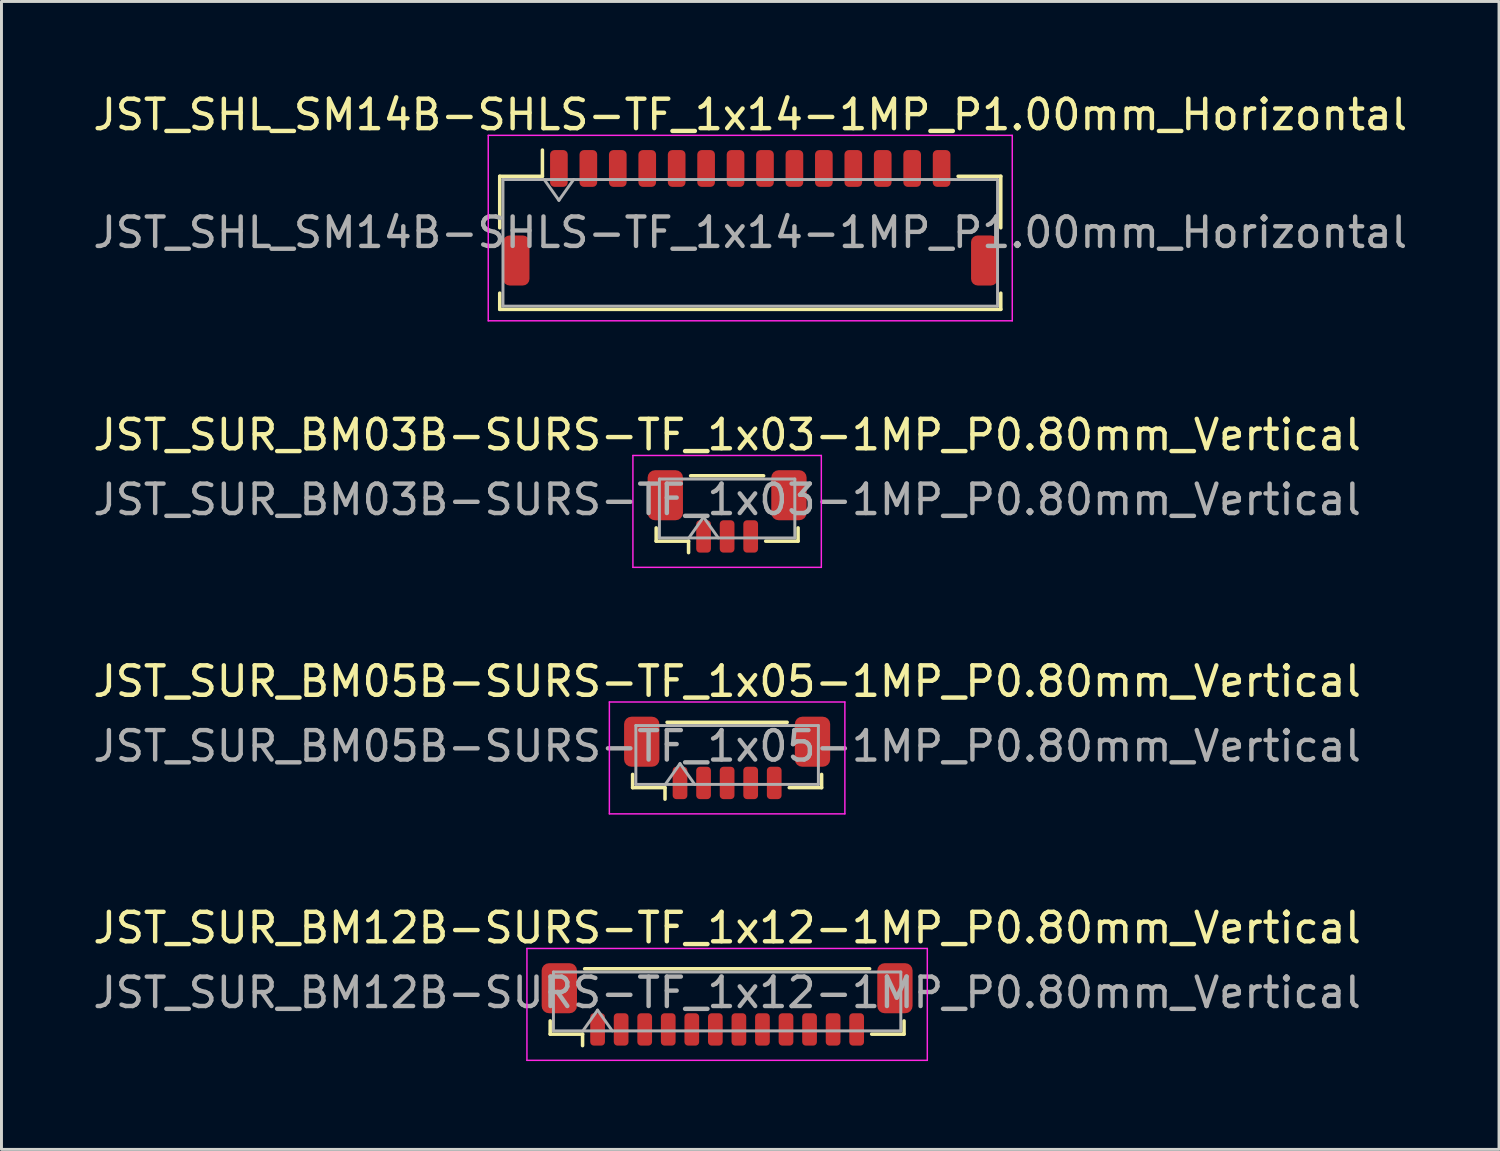
<source format=kicad_pcb>
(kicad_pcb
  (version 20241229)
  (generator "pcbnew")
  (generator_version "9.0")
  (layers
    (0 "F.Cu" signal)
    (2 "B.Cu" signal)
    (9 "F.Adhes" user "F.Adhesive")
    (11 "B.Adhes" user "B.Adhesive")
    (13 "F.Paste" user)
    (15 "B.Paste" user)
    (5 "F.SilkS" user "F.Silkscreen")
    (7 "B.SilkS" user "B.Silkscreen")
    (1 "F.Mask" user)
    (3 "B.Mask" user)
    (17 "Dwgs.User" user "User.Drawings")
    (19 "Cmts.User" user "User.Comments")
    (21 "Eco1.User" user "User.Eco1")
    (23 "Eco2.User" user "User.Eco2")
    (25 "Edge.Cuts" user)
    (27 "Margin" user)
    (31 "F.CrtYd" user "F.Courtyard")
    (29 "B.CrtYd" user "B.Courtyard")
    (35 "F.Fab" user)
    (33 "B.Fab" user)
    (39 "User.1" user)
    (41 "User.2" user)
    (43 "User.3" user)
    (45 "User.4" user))
  (footprint "JST_SUR_BM03B-SURS-TF_1x03-1MP_P0.80mm_Vertical"
    (layer "F.Cu")
    (at 21.649 14.322)
    (property "Reference" "JST_SUR_BM03B-SURS-TF_1x03-1MP_P0.80mm_Vertical" (at 0 -2.6 0) (layer "F.SilkS") (effects (font (size 1 1) (thickness 0.15))))
    (attr smd)
    (fp_line (start -2.41 0.56) (end -2.41 1.01) (stroke (width 0.12) (type solid)) (layer "F.SilkS"))
    (fp_line (start -2.41 1.01) (end -1.31 1.01) (stroke (width 0.12) (type solid)) (layer "F.SilkS"))
    (fp_line (start -1.31 1.01) (end -1.31 1.4) (stroke (width 0.12) (type solid)) (layer "F.SilkS"))
    (fp_line (start -1.24 -1.21) (end 1.24 -1.21) (stroke (width 0.12) (type solid)) (layer "F.SilkS"))
    (fp_line (start 2.41 0.56) (end 2.41 1.01) (stroke (width 0.12) (type solid)) (layer "F.SilkS"))
    (fp_line (start 2.41 1.01) (end 1.31 1.01) (stroke (width 0.12) (type solid)) (layer "F.SilkS"))
    (fp_line (start -3.2 -1.9) (end -3.2 1.9) (stroke (width 0.05) (type solid)) (layer "F.CrtYd"))
    (fp_line (start -3.2 1.9) (end 3.2 1.9) (stroke (width 0.05) (type solid)) (layer "F.CrtYd"))
    (fp_line (start 3.2 -1.9) (end -3.2 -1.9) (stroke (width 0.05) (type solid)) (layer "F.CrtYd"))
    (fp_line (start 3.2 1.9) (end 3.2 -1.9) (stroke (width 0.05) (type solid)) (layer "F.CrtYd"))
    (fp_line (start -2.3 -1.1) (end 2.3 -1.1) (stroke (width 0.1) (type solid)) (layer "F.Fab"))
    (fp_line (start -2.3 0.9) (end -2.3 -1.1) (stroke (width 0.1) (type solid)) (layer "F.Fab"))
    (fp_line (start -2.3 0.9) (end 2.3 0.9) (stroke (width 0.1) (type solid)) (layer "F.Fab"))
    (fp_line (start -1.3 0.9) (end -0.8 0.193) (stroke (width 0.1) (type solid)) (layer "F.Fab"))
    (fp_line (start -0.8 0.193) (end -0.3 0.9) (stroke (width 0.1) (type solid)) (layer "F.Fab"))
    (fp_line (start 2.3 0.9) (end 2.3 -1.1) (stroke (width 0.1) (type solid)) (layer "F.Fab"))
    (fp_text user "${REFERENCE}" (at 0 -0.4 0) (layer "F.Fab") (effects (font (size 1 1) (thickness 0.15))))
    (pad "1" smd roundrect (at -0.8 0.85) (size 0.5 1.1) (layers "F.Cu" "F.Mask" "F.Paste") (roundrect_rratio 0.25))
    (pad "2" smd roundrect (at 0 0.85) (size 0.5 1.1) (layers "F.Cu" "F.Mask" "F.Paste") (roundrect_rratio 0.25))
    (pad "3" smd roundrect (at 0.8 0.85) (size 0.5 1.1) (layers "F.Cu" "F.Mask" "F.Paste") (roundrect_rratio 0.25))
    (pad "MP" smd roundrect (at -2.1 -0.55) (size 1.2 1.7) (layers "F.Cu" "F.Mask" "F.Paste") (roundrect_rratio 0.208))
    (pad "MP" smd roundrect (at 2.1 -0.55) (size 1.2 1.7) (layers "F.Cu" "F.Mask" "F.Paste") (roundrect_rratio 0.208)))
  (footprint "JST_SUR_BM12B-SURS-TF_1x12-1MP_P0.80mm_Vertical"
    (layer "F.Cu")
    (at 21.649 31.068)
    (property "Reference" "JST_SUR_BM12B-SURS-TF_1x12-1MP_P0.80mm_Vertical" (at 0 -2.6 0) (layer "F.SilkS") (effects (font (size 1 1) (thickness 0.15))))
    (attr smd)
    (fp_line (start -6.01 0.56) (end -6.01 1.01) (stroke (width 0.12) (type solid)) (layer "F.SilkS"))
    (fp_line (start -6.01 1.01) (end -4.91 1.01) (stroke (width 0.12) (type solid)) (layer "F.SilkS"))
    (fp_line (start -4.91 1.01) (end -4.91 1.4) (stroke (width 0.12) (type solid)) (layer "F.SilkS"))
    (fp_line (start -4.84 -1.21) (end 4.84 -1.21) (stroke (width 0.12) (type solid)) (layer "F.SilkS"))
    (fp_line (start 6.01 0.56) (end 6.01 1.01) (stroke (width 0.12) (type solid)) (layer "F.SilkS"))
    (fp_line (start 6.01 1.01) (end 4.91 1.01) (stroke (width 0.12) (type solid)) (layer "F.SilkS"))
    (fp_line (start -6.8 -1.9) (end -6.8 1.9) (stroke (width 0.05) (type solid)) (layer "F.CrtYd"))
    (fp_line (start -6.8 1.9) (end 6.8 1.9) (stroke (width 0.05) (type solid)) (layer "F.CrtYd"))
    (fp_line (start 6.8 -1.9) (end -6.8 -1.9) (stroke (width 0.05) (type solid)) (layer "F.CrtYd"))
    (fp_line (start 6.8 1.9) (end 6.8 -1.9) (stroke (width 0.05) (type solid)) (layer "F.CrtYd"))
    (fp_line (start -5.9 -1.1) (end 5.9 -1.1) (stroke (width 0.1) (type solid)) (layer "F.Fab"))
    (fp_line (start -5.9 0.9) (end -5.9 -1.1) (stroke (width 0.1) (type solid)) (layer "F.Fab"))
    (fp_line (start -5.9 0.9) (end 5.9 0.9) (stroke (width 0.1) (type solid)) (layer "F.Fab"))
    (fp_line (start -4.9 0.9) (end -4.4 0.193) (stroke (width 0.1) (type solid)) (layer "F.Fab"))
    (fp_line (start -4.4 0.193) (end -3.9 0.9) (stroke (width 0.1) (type solid)) (layer "F.Fab"))
    (fp_line (start 5.9 0.9) (end 5.9 -1.1) (stroke (width 0.1) (type solid)) (layer "F.Fab"))
    (fp_text user "${REFERENCE}" (at 0 -0.4 0) (layer "F.Fab") (effects (font (size 1 1) (thickness 0.15))))
    (pad "1" smd roundrect (at -4.4 0.85) (size 0.5 1.1) (layers "F.Cu" "F.Mask" "F.Paste") (roundrect_rratio 0.25))
    (pad "2" smd roundrect (at -3.6 0.85) (size 0.5 1.1) (layers "F.Cu" "F.Mask" "F.Paste") (roundrect_rratio 0.25))
    (pad "3" smd roundrect (at -2.8 0.85) (size 0.5 1.1) (layers "F.Cu" "F.Mask" "F.Paste") (roundrect_rratio 0.25))
    (pad "4" smd roundrect (at -2 0.85) (size 0.5 1.1) (layers "F.Cu" "F.Mask" "F.Paste") (roundrect_rratio 0.25))
    (pad "5" smd roundrect (at -1.2 0.85) (size 0.5 1.1) (layers "F.Cu" "F.Mask" "F.Paste") (roundrect_rratio 0.25))
    (pad "6" smd roundrect (at -0.4 0.85) (size 0.5 1.1) (layers "F.Cu" "F.Mask" "F.Paste") (roundrect_rratio 0.25))
    (pad "7" smd roundrect (at 0.4 0.85) (size 0.5 1.1) (layers "F.Cu" "F.Mask" "F.Paste") (roundrect_rratio 0.25))
    (pad "8" smd roundrect (at 1.2 0.85) (size 0.5 1.1) (layers "F.Cu" "F.Mask" "F.Paste") (roundrect_rratio 0.25))
    (pad "9" smd roundrect (at 2 0.85) (size 0.5 1.1) (layers "F.Cu" "F.Mask" "F.Paste") (roundrect_rratio 0.25))
    (pad "10" smd roundrect (at 2.8 0.85) (size 0.5 1.1) (layers "F.Cu" "F.Mask" "F.Paste") (roundrect_rratio 0.25))
    (pad "11" smd roundrect (at 3.6 0.85) (size 0.5 1.1) (layers "F.Cu" "F.Mask" "F.Paste") (roundrect_rratio 0.25))
    (pad "12" smd roundrect (at 4.4 0.85) (size 0.5 1.1) (layers "F.Cu" "F.Mask" "F.Paste") (roundrect_rratio 0.25))
    (pad "MP" smd roundrect (at -5.7 -0.55) (size 1.2 1.7) (layers "F.Cu" "F.Mask" "F.Paste") (roundrect_rratio 0.208))
    (pad "MP" smd roundrect (at 5.7 -0.55) (size 1.2 1.7) (layers "F.Cu" "F.Mask" "F.Paste") (roundrect_rratio 0.208)))
  (footprint "JST_SUR_BM05B-SURS-TF_1x05-1MP_P0.80mm_Vertical"
    (layer "F.Cu")
    (at 21.649 22.695)
    (property "Reference" "JST_SUR_BM05B-SURS-TF_1x05-1MP_P0.80mm_Vertical" (at 0 -2.6 0) (layer "F.SilkS") (effects (font (size 1 1) (thickness 0.15))))
    (attr smd)
    (fp_line (start -3.21 0.56) (end -3.21 1.01) (stroke (width 0.12) (type solid)) (layer "F.SilkS"))
    (fp_line (start -3.21 1.01) (end -2.11 1.01) (stroke (width 0.12) (type solid)) (layer "F.SilkS"))
    (fp_line (start -2.11 1.01) (end -2.11 1.4) (stroke (width 0.12) (type solid)) (layer "F.SilkS"))
    (fp_line (start -2.04 -1.21) (end 2.04 -1.21) (stroke (width 0.12) (type solid)) (layer "F.SilkS"))
    (fp_line (start 3.21 0.56) (end 3.21 1.01) (stroke (width 0.12) (type solid)) (layer "F.SilkS"))
    (fp_line (start 3.21 1.01) (end 2.11 1.01) (stroke (width 0.12) (type solid)) (layer "F.SilkS"))
    (fp_line (start -4 -1.9) (end -4 1.9) (stroke (width 0.05) (type solid)) (layer "F.CrtYd"))
    (fp_line (start -4 1.9) (end 4 1.9) (stroke (width 0.05) (type solid)) (layer "F.CrtYd"))
    (fp_line (start 4 -1.9) (end -4 -1.9) (stroke (width 0.05) (type solid)) (layer "F.CrtYd"))
    (fp_line (start 4 1.9) (end 4 -1.9) (stroke (width 0.05) (type solid)) (layer "F.CrtYd"))
    (fp_line (start -3.1 -1.1) (end 3.1 -1.1) (stroke (width 0.1) (type solid)) (layer "F.Fab"))
    (fp_line (start -3.1 0.9) (end -3.1 -1.1) (stroke (width 0.1) (type solid)) (layer "F.Fab"))
    (fp_line (start -3.1 0.9) (end 3.1 0.9) (stroke (width 0.1) (type solid)) (layer "F.Fab"))
    (fp_line (start -2.1 0.9) (end -1.6 0.193) (stroke (width 0.1) (type solid)) (layer "F.Fab"))
    (fp_line (start -1.6 0.193) (end -1.1 0.9) (stroke (width 0.1) (type solid)) (layer "F.Fab"))
    (fp_line (start 3.1 0.9) (end 3.1 -1.1) (stroke (width 0.1) (type solid)) (layer "F.Fab"))
    (fp_text user "${REFERENCE}" (at 0 -0.4 0) (layer "F.Fab") (effects (font (size 1 1) (thickness 0.15))))
    (pad "1" smd roundrect (at -1.6 0.85) (size 0.5 1.1) (layers "F.Cu" "F.Mask" "F.Paste") (roundrect_rratio 0.25))
    (pad "2" smd roundrect (at -0.8 0.85) (size 0.5 1.1) (layers "F.Cu" "F.Mask" "F.Paste") (roundrect_rratio 0.25))
    (pad "3" smd roundrect (at 0 0.85) (size 0.5 1.1) (layers "F.Cu" "F.Mask" "F.Paste") (roundrect_rratio 0.25))
    (pad "4" smd roundrect (at 0.8 0.85) (size 0.5 1.1) (layers "F.Cu" "F.Mask" "F.Paste") (roundrect_rratio 0.25))
    (pad "5" smd roundrect (at 1.6 0.85) (size 0.5 1.1) (layers "F.Cu" "F.Mask" "F.Paste") (roundrect_rratio 0.25))
    (pad "MP" smd roundrect (at -2.9 -0.55) (size 1.2 1.7) (layers "F.Cu" "F.Mask" "F.Paste") (roundrect_rratio 0.208))
    (pad "MP" smd roundrect (at 2.9 -0.55) (size 1.2 1.7) (layers "F.Cu" "F.Mask" "F.Paste") (roundrect_rratio 0.208)))
  (footprint "JST_SHL_SM14B-SHLS-TF_1x14-1MP_P1.00mm_Horizontal"
    (layer "F.Cu")
    (at 22.435 4.348)
    (property "Reference" "JST_SHL_SM14B-SHLS-TF_1x14-1MP_P1.00mm_Horizontal" (at 0 -3.5 0) (layer "F.SilkS") (effects (font (size 1 1) (thickness 0.15))))
    (attr smd)
    (fp_line (start -8.51 -1.41) (end -7.06 -1.41) (stroke (width 0.12) (type solid)) (layer "F.SilkS"))
    (fp_line (start -8.51 0.34) (end -8.51 -1.41) (stroke (width 0.12) (type solid)) (layer "F.SilkS"))
    (fp_line (start -8.51 2.56) (end -8.51 3.11) (stroke (width 0.12) (type solid)) (layer "F.SilkS"))
    (fp_line (start -8.51 3.11) (end 8.51 3.11) (stroke (width 0.12) (type solid)) (layer "F.SilkS"))
    (fp_line (start -7.06 -1.41) (end -7.06 -2.3) (stroke (width 0.12) (type solid)) (layer "F.SilkS"))
    (fp_line (start 8.51 -1.41) (end 7.06 -1.41) (stroke (width 0.12) (type solid)) (layer "F.SilkS"))
    (fp_line (start 8.51 0.34) (end 8.51 -1.41) (stroke (width 0.12) (type solid)) (layer "F.SilkS"))
    (fp_line (start 8.51 3.11) (end 8.51 2.56) (stroke (width 0.12) (type solid)) (layer "F.SilkS"))
    (fp_line (start -8.9 -2.8) (end -8.9 3.5) (stroke (width 0.05) (type solid)) (layer "F.CrtYd"))
    (fp_line (start -8.9 3.5) (end 8.9 3.5) (stroke (width 0.05) (type solid)) (layer "F.CrtYd"))
    (fp_line (start 8.9 -2.8) (end -8.9 -2.8) (stroke (width 0.05) (type solid)) (layer "F.CrtYd"))
    (fp_line (start 8.9 3.5) (end 8.9 -2.8) (stroke (width 0.05) (type solid)) (layer "F.CrtYd"))
    (fp_line (start -8.4 -1.3) (end -8.4 3) (stroke (width 0.1) (type solid)) (layer "F.Fab"))
    (fp_line (start -8.4 -1.3) (end 8.4 -1.3) (stroke (width 0.1) (type solid)) (layer "F.Fab"))
    (fp_line (start -8.4 3) (end 8.4 3) (stroke (width 0.1) (type solid)) (layer "F.Fab"))
    (fp_line (start -7 -1.3) (end -6.5 -0.593) (stroke (width 0.1) (type solid)) (layer "F.Fab"))
    (fp_line (start -6.5 -0.593) (end -6 -1.3) (stroke (width 0.1) (type solid)) (layer "F.Fab"))
    (fp_line (start 8.4 -1.3) (end 8.4 3) (stroke (width 0.1) (type solid)) (layer "F.Fab"))
    (fp_text user "${REFERENCE}" (at 0 0.5 0) (layer "F.Fab") (effects (font (size 1 1) (thickness 0.15))))
    (pad "1" smd roundrect (at -6.5 -1.675) (size 0.6 1.25) (layers "F.Cu" "F.Mask" "F.Paste") (roundrect_rratio 0.25))
    (pad "2" smd roundrect (at -5.5 -1.675) (size 0.6 1.25) (layers "F.Cu" "F.Mask" "F.Paste") (roundrect_rratio 0.25))
    (pad "3" smd roundrect (at -4.5 -1.675) (size 0.6 1.25) (layers "F.Cu" "F.Mask" "F.Paste") (roundrect_rratio 0.25))
    (pad "4" smd roundrect (at -3.5 -1.675) (size 0.6 1.25) (layers "F.Cu" "F.Mask" "F.Paste") (roundrect_rratio 0.25))
    (pad "5" smd roundrect (at -2.5 -1.675) (size 0.6 1.25) (layers "F.Cu" "F.Mask" "F.Paste") (roundrect_rratio 0.25))
    (pad "6" smd roundrect (at -1.5 -1.675) (size 0.6 1.25) (layers "F.Cu" "F.Mask" "F.Paste") (roundrect_rratio 0.25))
    (pad "7" smd roundrect (at -0.5 -1.675) (size 0.6 1.25) (layers "F.Cu" "F.Mask" "F.Paste") (roundrect_rratio 0.25))
    (pad "8" smd roundrect (at 0.5 -1.675) (size 0.6 1.25) (layers "F.Cu" "F.Mask" "F.Paste") (roundrect_rratio 0.25))
    (pad "9" smd roundrect (at 1.5 -1.675) (size 0.6 1.25) (layers "F.Cu" "F.Mask" "F.Paste") (roundrect_rratio 0.25))
    (pad "10" smd roundrect (at 2.5 -1.675) (size 0.6 1.25) (layers "F.Cu" "F.Mask" "F.Paste") (roundrect_rratio 0.25))
    (pad "11" smd roundrect (at 3.5 -1.675) (size 0.6 1.25) (layers "F.Cu" "F.Mask" "F.Paste") (roundrect_rratio 0.25))
    (pad "12" smd roundrect (at 4.5 -1.675) (size 0.6 1.25) (layers "F.Cu" "F.Mask" "F.Paste") (roundrect_rratio 0.25))
    (pad "13" smd roundrect (at 5.5 -1.675) (size 0.6 1.25) (layers "F.Cu" "F.Mask" "F.Paste") (roundrect_rratio 0.25))
    (pad "14" smd roundrect (at 6.5 -1.675) (size 0.6 1.25) (layers "F.Cu" "F.Mask" "F.Paste") (roundrect_rratio 0.25))
    (pad "MP" smd roundrect (at -7.95 1.45) (size 0.9 1.7) (layers "F.Cu" "F.Mask" "F.Paste") (roundrect_rratio 0.25))
    (pad "MP" smd roundrect (at 7.95 1.45) (size 0.9 1.7) (layers "F.Cu" "F.Mask" "F.Paste") (roundrect_rratio 0.25)))
  (gr_rect
    (start -3 -3)
    (end 47.869 35.993)
    (stroke (width 0.1) (type default))
    (fill no)
    (layer "Edge.Cuts")))
</source>
